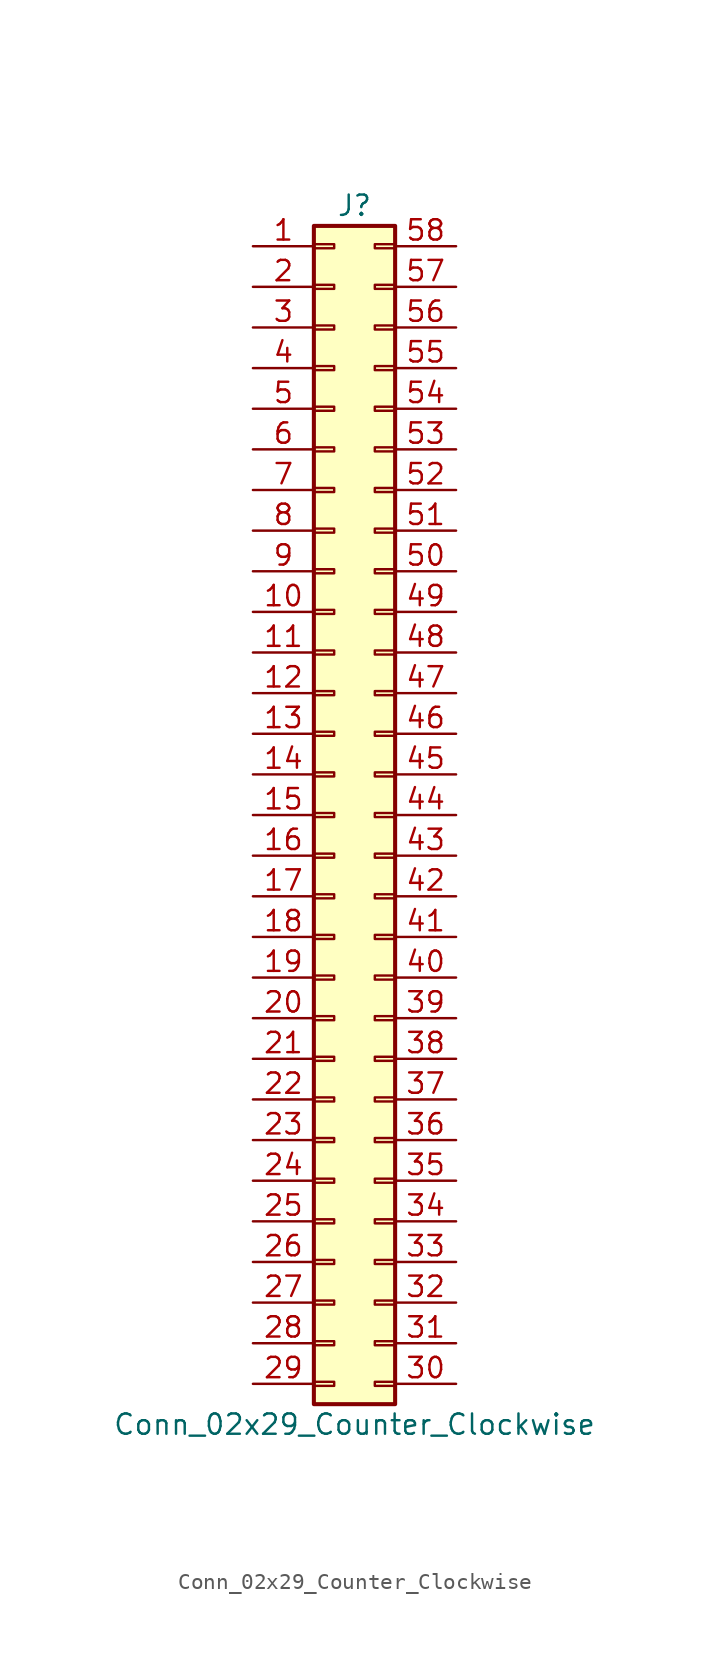
<source format=kicad_sym>
(kicad_symbol_lib
  (version 20201005)
  (generator kicad_symbol_editor)
  (symbol "Conn_02x29_Counter_Clockwise"
    (pin_names
      (offset 1.016) hide)
    (property "Reference" "J"
      (at 1.27 38.1 0)
      (effects (font (size 1.27 1.27))))
    (property "Value" "Conn_02x29_Counter_Clockwise"
      (at 1.27 -38.1 0)
      (effects (font (size 1.27 1.27))))
    (symbol "Conn_02x29_Counter_Clockwise_1_1"
      (rectangle (start -1.27 -35.433) (end 0 -35.687) (stroke (width 0.152)) (fill (type none)))
      (rectangle (start -1.27 -32.893) (end 0 -33.147) (stroke (width 0.152)) (fill (type none)))
      (rectangle (start -1.27 -30.353) (end 0 -30.607) (stroke (width 0.152)) (fill (type none)))
      (rectangle (start -1.27 -27.813) (end 0 -28.067) (stroke (width 0.152)) (fill (type none)))
      (rectangle (start -1.27 -25.273) (end 0 -25.527) (stroke (width 0.152)) (fill (type none)))
      (rectangle (start -1.27 -22.733) (end 0 -22.987) (stroke (width 0.152)) (fill (type none)))
      (rectangle (start -1.27 -20.193) (end 0 -20.447) (stroke (width 0.152)) (fill (type none)))
      (rectangle (start -1.27 -17.653) (end 0 -17.907) (stroke (width 0.152)) (fill (type none)))
      (rectangle (start -1.27 -15.113) (end 0 -15.367) (stroke (width 0.152)) (fill (type none)))
      (rectangle (start -1.27 -12.573) (end 0 -12.827) (stroke (width 0.152)) (fill (type none)))
      (rectangle (start -1.27 -10.033) (end 0 -10.287) (stroke (width 0.152)) (fill (type none)))
      (rectangle (start -1.27 -7.493) (end 0 -7.747) (stroke (width 0.152)) (fill (type none)))
      (rectangle (start -1.27 -4.953) (end 0 -5.207) (stroke (width 0.152)) (fill (type none)))
      (rectangle (start -1.27 -2.413) (end 0 -2.667) (stroke (width 0.152)) (fill (type none)))
      (rectangle (start -1.27 0.127) (end 0 -0.127) (stroke (width 0.152)) (fill (type none)))
      (rectangle (start -1.27 2.667) (end 0 2.413) (stroke (width 0.152)) (fill (type none)))
      (rectangle (start -1.27 5.207) (end 0 4.953) (stroke (width 0.152)) (fill (type none)))
      (rectangle (start -1.27 7.747) (end 0 7.493) (stroke (width 0.152)) (fill (type none)))
      (rectangle (start -1.27 10.287) (end 0 10.033) (stroke (width 0.152)) (fill (type none)))
      (rectangle (start -1.27 12.827) (end 0 12.573) (stroke (width 0.152)) (fill (type none)))
      (rectangle (start -1.27 15.367) (end 0 15.113) (stroke (width 0.152)) (fill (type none)))
      (rectangle (start -1.27 17.907) (end 0 17.653) (stroke (width 0.152)) (fill (type none)))
      (rectangle (start -1.27 20.447) (end 0 20.193) (stroke (width 0.152)) (fill (type none)))
      (rectangle (start -1.27 22.987) (end 0 22.733) (stroke (width 0.152)) (fill (type none)))
      (rectangle (start -1.27 25.527) (end 0 25.273) (stroke (width 0.152)) (fill (type none)))
      (rectangle (start -1.27 28.067) (end 0 27.813) (stroke (width 0.152)) (fill (type none)))
      (rectangle (start -1.27 30.607) (end 0 30.353) (stroke (width 0.152)) (fill (type none)))
      (rectangle (start -1.27 33.147) (end 0 32.893) (stroke (width 0.152)) (fill (type none)))
      (rectangle (start -1.27 35.687) (end 0 35.433) (stroke (width 0.152)) (fill (type none)))
      (rectangle (start -1.27 36.83) (end 3.81 -36.83) (stroke (width 0.254)) (fill (type background)))
      (rectangle (start 3.81 -35.433) (end 2.54 -35.687) (stroke (width 0.152)) (fill (type none)))
      (rectangle (start 3.81 -32.893) (end 2.54 -33.147) (stroke (width 0.152)) (fill (type none)))
      (rectangle (start 3.81 -30.353) (end 2.54 -30.607) (stroke (width 0.152)) (fill (type none)))
      (rectangle (start 3.81 -27.813) (end 2.54 -28.067) (stroke (width 0.152)) (fill (type none)))
      (rectangle (start 3.81 -25.273) (end 2.54 -25.527) (stroke (width 0.152)) (fill (type none)))
      (rectangle (start 3.81 -22.733) (end 2.54 -22.987) (stroke (width 0.152)) (fill (type none)))
      (rectangle (start 3.81 -20.193) (end 2.54 -20.447) (stroke (width 0.152)) (fill (type none)))
      (rectangle (start 3.81 -17.653) (end 2.54 -17.907) (stroke (width 0.152)) (fill (type none)))
      (rectangle (start 3.81 -15.113) (end 2.54 -15.367) (stroke (width 0.152)) (fill (type none)))
      (rectangle (start 3.81 -12.573) (end 2.54 -12.827) (stroke (width 0.152)) (fill (type none)))
      (rectangle (start 3.81 -10.033) (end 2.54 -10.287) (stroke (width 0.152)) (fill (type none)))
      (rectangle (start 3.81 -7.493) (end 2.54 -7.747) (stroke (width 0.152)) (fill (type none)))
      (rectangle (start 3.81 -4.953) (end 2.54 -5.207) (stroke (width 0.152)) (fill (type none)))
      (rectangle (start 3.81 -2.413) (end 2.54 -2.667) (stroke (width 0.152)) (fill (type none)))
      (rectangle (start 3.81 0.127) (end 2.54 -0.127) (stroke (width 0.152)) (fill (type none)))
      (rectangle (start 3.81 2.667) (end 2.54 2.413) (stroke (width 0.152)) (fill (type none)))
      (rectangle (start 3.81 5.207) (end 2.54 4.953) (stroke (width 0.152)) (fill (type none)))
      (rectangle (start 3.81 7.747) (end 2.54 7.493) (stroke (width 0.152)) (fill (type none)))
      (rectangle (start 3.81 10.287) (end 2.54 10.033) (stroke (width 0.152)) (fill (type none)))
      (rectangle (start 3.81 12.827) (end 2.54 12.573) (stroke (width 0.152)) (fill (type none)))
      (rectangle (start 3.81 15.367) (end 2.54 15.113) (stroke (width 0.152)) (fill (type none)))
      (rectangle (start 3.81 17.907) (end 2.54 17.653) (stroke (width 0.152)) (fill (type none)))
      (rectangle (start 3.81 20.447) (end 2.54 20.193) (stroke (width 0.152)) (fill (type none)))
      (rectangle (start 3.81 22.987) (end 2.54 22.733) (stroke (width 0.152)) (fill (type none)))
      (rectangle (start 3.81 25.527) (end 2.54 25.273) (stroke (width 0.152)) (fill (type none)))
      (rectangle (start 3.81 28.067) (end 2.54 27.813) (stroke (width 0.152)) (fill (type none)))
      (rectangle (start 3.81 30.607) (end 2.54 30.353) (stroke (width 0.152)) (fill (type none)))
      (rectangle (start 3.81 33.147) (end 2.54 32.893) (stroke (width 0.152)) (fill (type none)))
      (rectangle (start 3.81 35.687) (end 2.54 35.433) (stroke (width 0.152)) (fill (type none)))
      (pin passive line (at -5.08 35.56 0) (length 3.81) (name "Pin_1" (effects (font (size 1.27 1.27)))) (number "1" (effects (font (size 1.27 1.27)))))
      (pin passive line (at -5.08 12.7 0) (length 3.81) (name "Pin_10" (effects (font (size 1.27 1.27)))) (number "10" (effects (font (size 1.27 1.27)))))
      (pin passive line (at -5.08 10.16 0) (length 3.81) (name "Pin_11" (effects (font (size 1.27 1.27)))) (number "11" (effects (font (size 1.27 1.27)))))
      (pin passive line (at -5.08 7.62 0) (length 3.81) (name "Pin_12" (effects (font (size 1.27 1.27)))) (number "12" (effects (font (size 1.27 1.27)))))
      (pin passive line (at -5.08 5.08 0) (length 3.81) (name "Pin_13" (effects (font (size 1.27 1.27)))) (number "13" (effects (font (size 1.27 1.27)))))
      (pin passive line (at -5.08 2.54 0) (length 3.81) (name "Pin_14" (effects (font (size 1.27 1.27)))) (number "14" (effects (font (size 1.27 1.27)))))
      (pin passive line (at -5.08 0 0) (length 3.81) (name "Pin_15" (effects (font (size 1.27 1.27)))) (number "15" (effects (font (size 1.27 1.27)))))
      (pin passive line (at -5.08 -2.54 0) (length 3.81) (name "Pin_16" (effects (font (size 1.27 1.27)))) (number "16" (effects (font (size 1.27 1.27)))))
      (pin passive line (at -5.08 -5.08 0) (length 3.81) (name "Pin_17" (effects (font (size 1.27 1.27)))) (number "17" (effects (font (size 1.27 1.27)))))
      (pin passive line (at -5.08 -7.62 0) (length 3.81) (name "Pin_18" (effects (font (size 1.27 1.27)))) (number "18" (effects (font (size 1.27 1.27)))))
      (pin passive line (at -5.08 -10.16 0) (length 3.81) (name "Pin_19" (effects (font (size 1.27 1.27)))) (number "19" (effects (font (size 1.27 1.27)))))
      (pin passive line (at -5.08 33.02 0) (length 3.81) (name "Pin_2" (effects (font (size 1.27 1.27)))) (number "2" (effects (font (size 1.27 1.27)))))
      (pin passive line (at -5.08 -12.7 0) (length 3.81) (name "Pin_20" (effects (font (size 1.27 1.27)))) (number "20" (effects (font (size 1.27 1.27)))))
      (pin passive line (at -5.08 -15.24 0) (length 3.81) (name "Pin_21" (effects (font (size 1.27 1.27)))) (number "21" (effects (font (size 1.27 1.27)))))
      (pin passive line (at -5.08 -17.78 0) (length 3.81) (name "Pin_22" (effects (font (size 1.27 1.27)))) (number "22" (effects (font (size 1.27 1.27)))))
      (pin passive line (at -5.08 -20.32 0) (length 3.81) (name "Pin_23" (effects (font (size 1.27 1.27)))) (number "23" (effects (font (size 1.27 1.27)))))
      (pin passive line (at -5.08 -22.86 0) (length 3.81) (name "Pin_24" (effects (font (size 1.27 1.27)))) (number "24" (effects (font (size 1.27 1.27)))))
      (pin passive line (at -5.08 -25.4 0) (length 3.81) (name "Pin_25" (effects (font (size 1.27 1.27)))) (number "25" (effects (font (size 1.27 1.27)))))
      (pin passive line (at -5.08 -27.94 0) (length 3.81) (name "Pin_26" (effects (font (size 1.27 1.27)))) (number "26" (effects (font (size 1.27 1.27)))))
      (pin passive line (at -5.08 -30.48 0) (length 3.81) (name "Pin_27" (effects (font (size 1.27 1.27)))) (number "27" (effects (font (size 1.27 1.27)))))
      (pin passive line (at -5.08 -33.02 0) (length 3.81) (name "Pin_28" (effects (font (size 1.27 1.27)))) (number "28" (effects (font (size 1.27 1.27)))))
      (pin passive line (at -5.08 -35.56 0) (length 3.81) (name "Pin_29" (effects (font (size 1.27 1.27)))) (number "29" (effects (font (size 1.27 1.27)))))
      (pin passive line (at -5.08 30.48 0) (length 3.81) (name "Pin_3" (effects (font (size 1.27 1.27)))) (number "3" (effects (font (size 1.27 1.27)))))
      (pin passive line (at 7.62 -35.56 180) (length 3.81) (name "Pin_30" (effects (font (size 1.27 1.27)))) (number "30" (effects (font (size 1.27 1.27)))))
      (pin passive line (at 7.62 -33.02 180) (length 3.81) (name "Pin_31" (effects (font (size 1.27 1.27)))) (number "31" (effects (font (size 1.27 1.27)))))
      (pin passive line (at 7.62 -30.48 180) (length 3.81) (name "Pin_32" (effects (font (size 1.27 1.27)))) (number "32" (effects (font (size 1.27 1.27)))))
      (pin passive line (at 7.62 -27.94 180) (length 3.81) (name "Pin_33" (effects (font (size 1.27 1.27)))) (number "33" (effects (font (size 1.27 1.27)))))
      (pin passive line (at 7.62 -25.4 180) (length 3.81) (name "Pin_34" (effects (font (size 1.27 1.27)))) (number "34" (effects (font (size 1.27 1.27)))))
      (pin passive line (at 7.62 -22.86 180) (length 3.81) (name "Pin_35" (effects (font (size 1.27 1.27)))) (number "35" (effects (font (size 1.27 1.27)))))
      (pin passive line (at 7.62 -20.32 180) (length 3.81) (name "Pin_36" (effects (font (size 1.27 1.27)))) (number "36" (effects (font (size 1.27 1.27)))))
      (pin passive line (at 7.62 -17.78 180) (length 3.81) (name "Pin_37" (effects (font (size 1.27 1.27)))) (number "37" (effects (font (size 1.27 1.27)))))
      (pin passive line (at 7.62 -15.24 180) (length 3.81) (name "Pin_38" (effects (font (size 1.27 1.27)))) (number "38" (effects (font (size 1.27 1.27)))))
      (pin passive line (at 7.62 -12.7 180) (length 3.81) (name "Pin_39" (effects (font (size 1.27 1.27)))) (number "39" (effects (font (size 1.27 1.27)))))
      (pin passive line (at -5.08 27.94 0) (length 3.81) (name "Pin_4" (effects (font (size 1.27 1.27)))) (number "4" (effects (font (size 1.27 1.27)))))
      (pin passive line (at 7.62 -10.16 180) (length 3.81) (name "Pin_40" (effects (font (size 1.27 1.27)))) (number "40" (effects (font (size 1.27 1.27)))))
      (pin passive line (at 7.62 -7.62 180) (length 3.81) (name "Pin_41" (effects (font (size 1.27 1.27)))) (number "41" (effects (font (size 1.27 1.27)))))
      (pin passive line (at 7.62 -5.08 180) (length 3.81) (name "Pin_42" (effects (font (size 1.27 1.27)))) (number "42" (effects (font (size 1.27 1.27)))))
      (pin passive line (at 7.62 -2.54 180) (length 3.81) (name "Pin_43" (effects (font (size 1.27 1.27)))) (number "43" (effects (font (size 1.27 1.27)))))
      (pin passive line (at 7.62 0 180) (length 3.81) (name "Pin_44" (effects (font (size 1.27 1.27)))) (number "44" (effects (font (size 1.27 1.27)))))
      (pin passive line (at 7.62 2.54 180) (length 3.81) (name "Pin_45" (effects (font (size 1.27 1.27)))) (number "45" (effects (font (size 1.27 1.27)))))
      (pin passive line (at 7.62 5.08 180) (length 3.81) (name "Pin_46" (effects (font (size 1.27 1.27)))) (number "46" (effects (font (size 1.27 1.27)))))
      (pin passive line (at 7.62 7.62 180) (length 3.81) (name "Pin_47" (effects (font (size 1.27 1.27)))) (number "47" (effects (font (size 1.27 1.27)))))
      (pin passive line (at 7.62 10.16 180) (length 3.81) (name "Pin_48" (effects (font (size 1.27 1.27)))) (number "48" (effects (font (size 1.27 1.27)))))
      (pin passive line (at 7.62 12.7 180) (length 3.81) (name "Pin_49" (effects (font (size 1.27 1.27)))) (number "49" (effects (font (size 1.27 1.27)))))
      (pin passive line (at -5.08 25.4 0) (length 3.81) (name "Pin_5" (effects (font (size 1.27 1.27)))) (number "5" (effects (font (size 1.27 1.27)))))
      (pin passive line (at 7.62 15.24 180) (length 3.81) (name "Pin_50" (effects (font (size 1.27 1.27)))) (number "50" (effects (font (size 1.27 1.27)))))
      (pin passive line (at 7.62 17.78 180) (length 3.81) (name "Pin_51" (effects (font (size 1.27 1.27)))) (number "51" (effects (font (size 1.27 1.27)))))
      (pin passive line (at 7.62 20.32 180) (length 3.81) (name "Pin_52" (effects (font (size 1.27 1.27)))) (number "52" (effects (font (size 1.27 1.27)))))
      (pin passive line (at 7.62 22.86 180) (length 3.81) (name "Pin_53" (effects (font (size 1.27 1.27)))) (number "53" (effects (font (size 1.27 1.27)))))
      (pin passive line (at 7.62 25.4 180) (length 3.81) (name "Pin_54" (effects (font (size 1.27 1.27)))) (number "54" (effects (font (size 1.27 1.27)))))
      (pin passive line (at 7.62 27.94 180) (length 3.81) (name "Pin_55" (effects (font (size 1.27 1.27)))) (number "55" (effects (font (size 1.27 1.27)))))
      (pin passive line (at 7.62 30.48 180) (length 3.81) (name "Pin_56" (effects (font (size 1.27 1.27)))) (number "56" (effects (font (size 1.27 1.27)))))
      (pin passive line (at 7.62 33.02 180) (length 3.81) (name "Pin_57" (effects (font (size 1.27 1.27)))) (number "57" (effects (font (size 1.27 1.27)))))
      (pin passive line (at 7.62 35.56 180) (length 3.81) (name "Pin_58" (effects (font (size 1.27 1.27)))) (number "58" (effects (font (size 1.27 1.27)))))
      (pin passive line (at -5.08 22.86 0) (length 3.81) (name "Pin_6" (effects (font (size 1.27 1.27)))) (number "6" (effects (font (size 1.27 1.27)))))
      (pin passive line (at -5.08 20.32 0) (length 3.81) (name "Pin_7" (effects (font (size 1.27 1.27)))) (number "7" (effects (font (size 1.27 1.27)))))
      (pin passive line (at -5.08 17.78 0) (length 3.81) (name "Pin_8" (effects (font (size 1.27 1.27)))) (number "8" (effects (font (size 1.27 1.27)))))
      (pin passive line (at -5.08 15.24 0) (length 3.81) (name "Pin_9" (effects (font (size 1.27 1.27)))) (number "9" (effects (font (size 1.27 1.27))))))))
</source>
